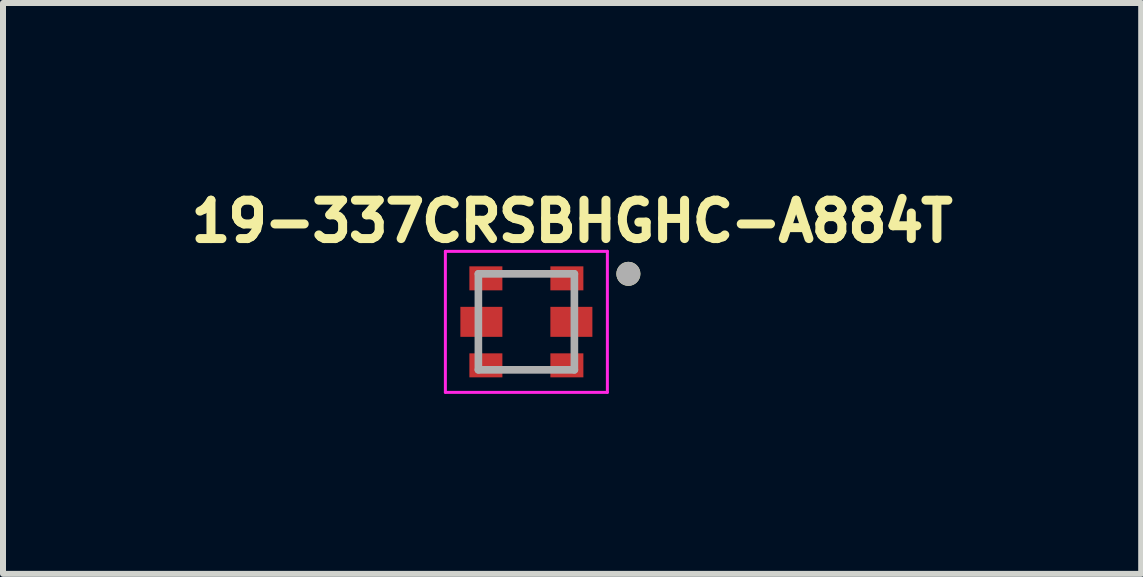
<source format=kicad_pcb>
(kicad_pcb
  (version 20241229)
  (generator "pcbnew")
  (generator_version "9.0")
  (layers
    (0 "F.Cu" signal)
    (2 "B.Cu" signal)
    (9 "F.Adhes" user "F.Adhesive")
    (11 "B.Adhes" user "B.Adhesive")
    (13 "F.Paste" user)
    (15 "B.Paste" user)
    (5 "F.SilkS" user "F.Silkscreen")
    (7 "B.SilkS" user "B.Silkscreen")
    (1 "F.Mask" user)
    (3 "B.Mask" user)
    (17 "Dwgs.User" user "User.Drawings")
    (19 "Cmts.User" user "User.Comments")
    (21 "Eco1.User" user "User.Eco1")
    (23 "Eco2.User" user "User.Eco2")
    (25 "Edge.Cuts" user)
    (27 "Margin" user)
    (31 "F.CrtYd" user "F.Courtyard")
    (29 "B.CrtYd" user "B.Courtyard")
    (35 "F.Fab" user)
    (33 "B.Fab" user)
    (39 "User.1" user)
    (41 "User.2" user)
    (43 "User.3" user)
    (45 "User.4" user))
  (footprint "19-337CRSBHGHC-A884T"
    (layer "F.Cu")
    (at 5.723 2.314)
    (property "Reference" "19-337CRSBHGHC-A884T" (at 0.762 -1.676 0) (layer "F.SilkS") (effects (font (size 0.64 0.64) (thickness 0.15))))
    (attr smd)
    (fp_circle (center 1.7 -0.8) (end 1.8 -0.8) (stroke (width 0.2) (type solid)) (fill no) (layer "F.SilkS"))
    (fp_line (start -1.35 -1.175) (end 1.35 -1.175) (stroke (width 0.05) (type solid)) (layer "F.CrtYd"))
    (fp_line (start -1.35 1.175) (end -1.35 -1.175) (stroke (width 0.05) (type solid)) (layer "F.CrtYd"))
    (fp_line (start 1.35 -1.175) (end 1.35 1.175) (stroke (width 0.05) (type solid)) (layer "F.CrtYd"))
    (fp_line (start 1.35 1.175) (end -1.35 1.175) (stroke (width 0.05) (type solid)) (layer "F.CrtYd"))
    (fp_line (start -0.8 -0.8) (end 0.8 -0.8) (stroke (width 0.127) (type solid)) (layer "F.Fab"))
    (fp_line (start -0.8 0.8) (end -0.8 -0.8) (stroke (width 0.127) (type solid)) (layer "F.Fab"))
    (fp_line (start 0.8 -0.8) (end 0.8 0.8) (stroke (width 0.127) (type solid)) (layer "F.Fab"))
    (fp_line (start 0.8 0.8) (end -0.8 0.8) (stroke (width 0.127) (type solid)) (layer "F.Fab"))
    (fp_circle (center 1.7 -0.8) (end 1.8 -0.8) (stroke (width 0.2) (type solid)) (fill no) (layer "F.Fab"))
    (pad "1" smd rect (at 0.675 -0.725) (size 0.55 0.4) (layers "F.Cu" "F.Mask" "F.Paste"))
    (pad "2" smd rect (at -0.675 -0.725) (size 0.55 0.4) (layers "F.Cu" "F.Mask" "F.Paste"))
    (pad "3" smd rect (at 0.75 0) (size 0.7 0.5) (layers "F.Cu" "F.Mask" "F.Paste"))
    (pad "4" smd rect (at -0.75 0) (size 0.7 0.5) (layers "F.Cu" "F.Mask" "F.Paste"))
    (pad "5" smd rect (at 0.675 0.725) (size 0.55 0.4) (layers "F.Cu" "F.Mask" "F.Paste"))
    (pad "6" smd rect (at -0.675 0.725) (size 0.55 0.4) (layers "F.Cu" "F.Mask" "F.Paste")))
  (gr_rect
    (start -3 -3)
    (end 15.97 6.514)
    (stroke (width 0.1) (type default))
    (fill no)
    (layer "Edge.Cuts")))
</source>
